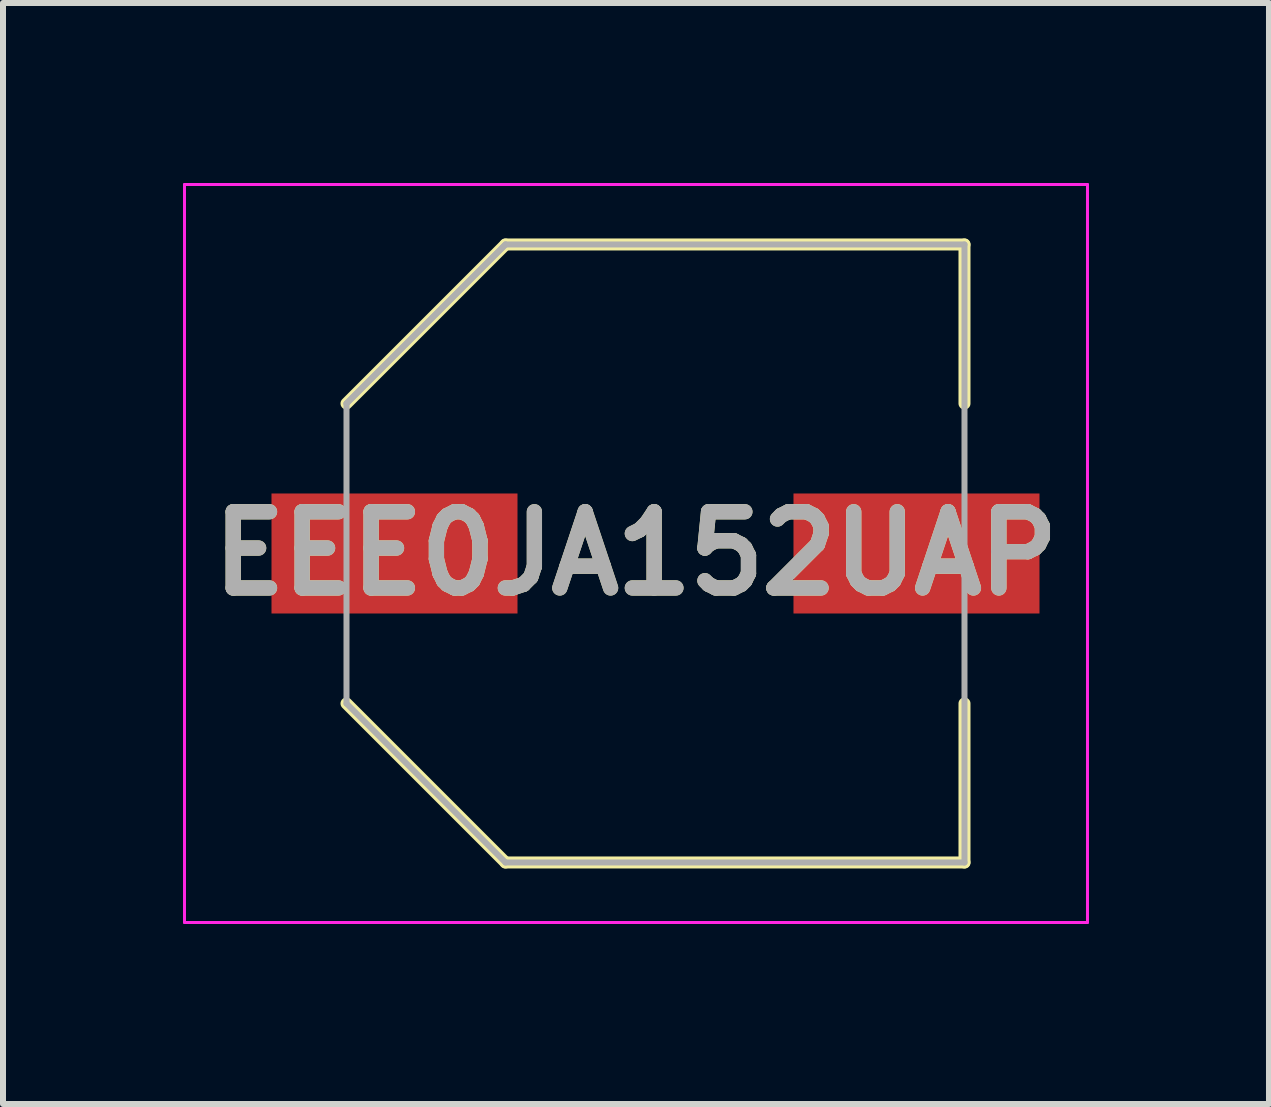
<source format=kicad_pcb>
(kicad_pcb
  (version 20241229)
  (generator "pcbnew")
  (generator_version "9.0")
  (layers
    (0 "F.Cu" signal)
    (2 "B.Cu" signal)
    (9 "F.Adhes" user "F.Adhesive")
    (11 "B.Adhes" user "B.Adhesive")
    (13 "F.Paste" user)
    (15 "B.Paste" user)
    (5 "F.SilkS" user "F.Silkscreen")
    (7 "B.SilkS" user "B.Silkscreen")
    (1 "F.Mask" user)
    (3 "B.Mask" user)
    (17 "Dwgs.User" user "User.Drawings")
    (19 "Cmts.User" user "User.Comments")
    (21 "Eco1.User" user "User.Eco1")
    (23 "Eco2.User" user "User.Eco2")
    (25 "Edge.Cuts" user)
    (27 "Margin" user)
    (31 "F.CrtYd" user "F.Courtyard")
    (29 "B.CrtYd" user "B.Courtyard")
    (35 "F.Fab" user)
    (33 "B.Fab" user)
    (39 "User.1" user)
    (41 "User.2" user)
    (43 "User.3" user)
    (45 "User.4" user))
  (footprint "EEE0JA152UAP"
    (layer "F.Cu")
    (at 7.875 6.175)
    (property "Reference" "EEE0JA152UAP" (at -0.325 0 0) (layer "F.SilkS") (effects (font (size 1.27 1.27) (thickness 0.254))))
    (attr smd)
    (fp_line (start -6.975 0) (end -6.975 0) (stroke (width 0.05) (type solid)) (layer "F.SilkS"))
    (fp_line (start -6.925 0) (end -6.925 0) (stroke (width 0.05) (type solid)) (layer "F.SilkS"))
    (fp_line (start -5.15 -2.5) (end -2.5 -5.15) (stroke (width 0.2) (type solid)) (layer "F.SilkS"))
    (fp_line (start -5.15 2.5) (end -2.5 5.15) (stroke (width 0.2) (type solid)) (layer "F.SilkS"))
    (fp_line (start -2.5 -5.15) (end 5.15 -5.15) (stroke (width 0.2) (type solid)) (layer "F.SilkS"))
    (fp_line (start -2.5 5.15) (end 5.15 5.15) (stroke (width 0.2) (type solid)) (layer "F.SilkS"))
    (fp_line (start 5.15 -5.15) (end 5.15 -2.5) (stroke (width 0.2) (type solid)) (layer "F.SilkS"))
    (fp_line (start 5.15 5.15) (end 5.15 2.5) (stroke (width 0.2) (type solid)) (layer "F.SilkS"))
    (fp_arc (start -6.975 0) (mid -6.95 -0.025) (end -6.925 0) (stroke (width 0.05) (type solid)) (layer "F.SilkS"))
    (fp_arc (start -6.925 0) (mid -6.95 0.025) (end -6.975 0) (stroke (width 0.05) (type solid)) (layer "F.SilkS"))
    (fp_line (start -7.85 -6.15) (end 7.2 -6.15) (stroke (width 0.05) (type solid)) (layer "F.CrtYd"))
    (fp_line (start -7.85 6.15) (end -7.85 -6.15) (stroke (width 0.05) (type solid)) (layer "F.CrtYd"))
    (fp_line (start 7.2 -6.15) (end 7.2 6.15) (stroke (width 0.05) (type solid)) (layer "F.CrtYd"))
    (fp_line (start 7.2 6.15) (end -7.85 6.15) (stroke (width 0.05) (type solid)) (layer "F.CrtYd"))
    (fp_line (start -5.15 -2.5) (end -2.5 -5.15) (stroke (width 0.1) (type solid)) (layer "F.Fab"))
    (fp_line (start -5.15 -2.5) (end -2.5 -5.15) (stroke (width 0.1) (type solid)) (layer "F.Fab"))
    (fp_line (start -5.15 2.5) (end -5.15 -2.5) (stroke (width 0.1) (type solid)) (layer "F.Fab"))
    (fp_line (start -2.5 -5.15) (end 5.15 -5.15) (stroke (width 0.1) (type solid)) (layer "F.Fab"))
    (fp_line (start -2.5 5.15) (end -5.15 2.5) (stroke (width 0.1) (type solid)) (layer "F.Fab"))
    (fp_line (start 5.15 -5.15) (end 5.15 5.15) (stroke (width 0.1) (type solid)) (layer "F.Fab"))
    (fp_line (start 5.15 5.15) (end -2.5 5.15) (stroke (width 0.1) (type solid)) (layer "F.Fab"))
    (fp_text user "${REFERENCE}" (at -0.325 0 0) (layer "F.Fab") (effects (font (size 1.27 1.27) (thickness 0.254))))
    (pad "1" smd rect (at -4.35 0 90) (size 2 4.1) (layers "F.Cu" "F.Mask" "F.Paste"))
    (pad "2" smd rect (at 4.35 0 90) (size 2 4.1) (layers "F.Cu" "F.Mask" "F.Paste")))
  (gr_rect
    (start -3 -3)
    (end 18.1 15.35)
    (stroke (width 0.1) (type default))
    (fill no)
    (layer "Edge.Cuts")))
</source>
